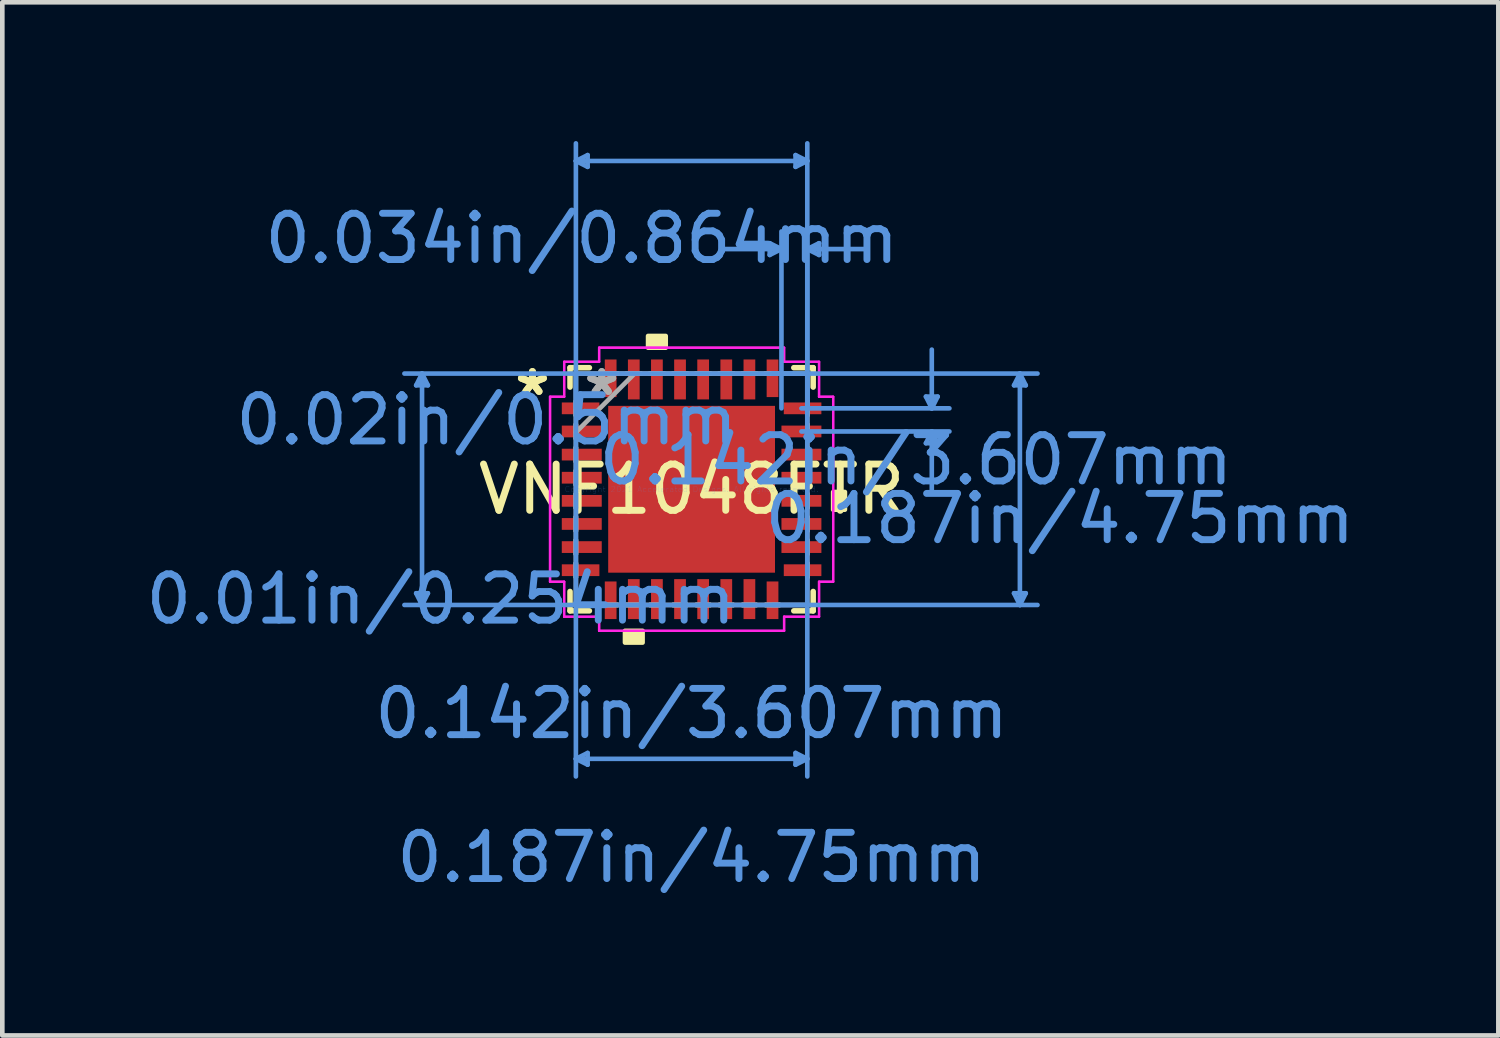
<source format=kicad_pcb>
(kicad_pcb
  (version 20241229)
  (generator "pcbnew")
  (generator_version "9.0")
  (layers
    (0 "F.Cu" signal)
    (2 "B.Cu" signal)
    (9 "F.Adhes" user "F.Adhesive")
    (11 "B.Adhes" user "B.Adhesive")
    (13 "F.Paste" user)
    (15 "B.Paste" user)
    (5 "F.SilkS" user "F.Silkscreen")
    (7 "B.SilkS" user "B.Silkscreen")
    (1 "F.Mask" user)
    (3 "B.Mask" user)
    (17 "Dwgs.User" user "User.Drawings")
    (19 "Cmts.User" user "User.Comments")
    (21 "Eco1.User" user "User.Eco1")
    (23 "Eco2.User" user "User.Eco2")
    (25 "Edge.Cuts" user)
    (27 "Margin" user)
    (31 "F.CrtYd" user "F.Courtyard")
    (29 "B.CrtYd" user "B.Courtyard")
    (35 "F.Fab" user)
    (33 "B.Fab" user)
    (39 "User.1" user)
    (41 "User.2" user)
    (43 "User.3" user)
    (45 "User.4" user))
  (footprint "VNF1048FTR"
    (layer "F.Cu")
    (at 11.905 7.53)
    (property "Reference" "VNF1048FTR" (at 0 0 0) (layer "F.SilkS") (effects (font (size 1 1) (thickness 0.15))))
    (attr through_hole)
    (fp_line (start -2.629 -2.629) (end -2.629 -2.21) (stroke (width 0.12) (type solid)) (layer "F.SilkS"))
    (fp_line (start -2.629 2.21) (end -2.629 2.629) (stroke (width 0.12) (type solid)) (layer "F.SilkS"))
    (fp_line (start -2.629 2.629) (end -2.21 2.629) (stroke (width 0.12) (type solid)) (layer "F.SilkS"))
    (fp_line (start -2.21 -2.629) (end -2.629 -2.629) (stroke (width 0.12) (type solid)) (layer "F.SilkS"))
    (fp_line (start 2.21 2.629) (end 2.629 2.629) (stroke (width 0.12) (type solid)) (layer "F.SilkS"))
    (fp_line (start 2.629 -2.629) (end 2.21 -2.629) (stroke (width 0.12) (type solid)) (layer "F.SilkS"))
    (fp_line (start 2.629 -2.21) (end 2.629 -2.629) (stroke (width 0.12) (type solid)) (layer "F.SilkS"))
    (fp_line (start 2.629 2.629) (end 2.629 2.21) (stroke (width 0.12) (type solid)) (layer "F.SilkS"))
    (fp_poly (pts (xy -1.44 3.061) (xy -1.44 3.315) (xy -1.06 3.315) (xy -1.06 3.061)) (stroke (width 0.1) (type solid)) (fill yes) (layer "F.SilkS"))
    (fp_poly (pts (xy -0.941 -3.061) (xy -0.941 -3.315) (xy -0.56 -3.315) (xy -0.56 -3.061)) (stroke (width 0.1) (type solid)) (fill yes) (layer "F.SilkS"))
    (fp_poly (pts (xy 3.315 0.059) (xy 3.315 0.441) (xy 3.061 0.441) (xy 3.061 0.059)) (stroke (width 0.1) (type solid)) (fill yes) (layer "F.SilkS"))
    (fp_poly (pts (xy -1.703 -1.703) (xy -1.703 -0.1) (xy -0.1 -0.1) (xy -0.1 -1.703)) (stroke (width 0.1) (type solid)) (fill yes) (layer "F.Paste"))
    (fp_poly (pts (xy -1.703 0.1) (xy -1.703 1.703) (xy -0.1 1.703) (xy -0.1 0.1)) (stroke (width 0.1) (type solid)) (fill yes) (layer "F.Paste"))
    (fp_poly (pts (xy 0.1 -1.703) (xy 0.1 -0.1) (xy 1.703 -0.1) (xy 1.703 -1.703)) (stroke (width 0.1) (type solid)) (fill yes) (layer "F.Paste"))
    (fp_poly (pts (xy 0.1 0.1) (xy 0.1 1.703) (xy 1.703 1.703) (xy 1.703 0.1)) (stroke (width 0.1) (type solid)) (fill yes) (layer "F.Paste"))
    (fp_line (start -5.956 -2.248) (end -5.702 -2.248) (stroke (width 0.1) (type solid)) (layer "Cmts.User"))
    (fp_line (start -5.956 2.248) (end -5.702 2.248) (stroke (width 0.1) (type solid)) (layer "Cmts.User"))
    (fp_line (start -5.829 -2.502) (end -5.956 -2.248) (stroke (width 0.1) (type solid)) (layer "Cmts.User"))
    (fp_line (start -5.829 -2.502) (end -5.829 2.502) (stroke (width 0.1) (type solid)) (layer "Cmts.User"))
    (fp_line (start -5.829 -2.502) (end -5.702 -2.248) (stroke (width 0.1) (type solid)) (layer "Cmts.User"))
    (fp_line (start -5.829 2.502) (end -5.956 2.248) (stroke (width 0.1) (type solid)) (layer "Cmts.User"))
    (fp_line (start -5.829 2.502) (end -5.702 2.248) (stroke (width 0.1) (type solid)) (layer "Cmts.User"))
    (fp_line (start -2.502 -7.099) (end -2.248 -7.226) (stroke (width 0.1) (type solid)) (layer "Cmts.User"))
    (fp_line (start -2.502 -7.099) (end -2.248 -6.972) (stroke (width 0.1) (type solid)) (layer "Cmts.User"))
    (fp_line (start -2.502 -7.099) (end 2.502 -7.099) (stroke (width 0.1) (type solid)) (layer "Cmts.User"))
    (fp_line (start -2.502 -2.502) (end -2.502 6.21) (stroke (width 0.1) (type solid)) (layer "Cmts.User"))
    (fp_line (start -2.502 -1.75) (end -2.502 -7.48) (stroke (width 0.1) (type solid)) (layer "Cmts.User"))
    (fp_line (start -2.502 5.829) (end -2.248 5.702) (stroke (width 0.1) (type solid)) (layer "Cmts.User"))
    (fp_line (start -2.502 5.829) (end -2.248 5.956) (stroke (width 0.1) (type solid)) (layer "Cmts.User"))
    (fp_line (start -2.502 5.829) (end 2.502 5.829) (stroke (width 0.1) (type solid)) (layer "Cmts.User"))
    (fp_line (start -2.248 -7.226) (end -2.248 -6.972) (stroke (width 0.1) (type solid)) (layer "Cmts.User"))
    (fp_line (start -2.248 5.702) (end -2.248 5.956) (stroke (width 0.1) (type solid)) (layer "Cmts.User"))
    (fp_line (start 1.689 -5.321) (end 1.689 -5.067) (stroke (width 0.1) (type solid)) (layer "Cmts.User"))
    (fp_line (start 1.75 -2.502) (end 7.48 -2.502) (stroke (width 0.1) (type solid)) (layer "Cmts.User"))
    (fp_line (start 1.75 2.502) (end 7.48 2.502) (stroke (width 0.1) (type solid)) (layer "Cmts.User"))
    (fp_line (start 1.943 -5.194) (end 0.673 -5.194) (stroke (width 0.1) (type solid)) (layer "Cmts.User"))
    (fp_line (start 1.943 -5.194) (end 1.689 -5.321) (stroke (width 0.1) (type solid)) (layer "Cmts.User"))
    (fp_line (start 1.943 -5.194) (end 1.689 -5.067) (stroke (width 0.1) (type solid)) (layer "Cmts.User"))
    (fp_line (start 1.943 -1.75) (end 1.943 -5.575) (stroke (width 0.1) (type solid)) (layer "Cmts.User"))
    (fp_line (start 2.248 -7.226) (end 2.248 -6.972) (stroke (width 0.1) (type solid)) (layer "Cmts.User"))
    (fp_line (start 2.248 5.702) (end 2.248 5.956) (stroke (width 0.1) (type solid)) (layer "Cmts.User"))
    (fp_line (start 2.375 -1.75) (end 5.575 -1.75) (stroke (width 0.1) (type solid)) (layer "Cmts.User"))
    (fp_line (start 2.375 -1.25) (end 5.575 -1.25) (stroke (width 0.1) (type solid)) (layer "Cmts.User"))
    (fp_line (start 2.502 -7.099) (end 2.248 -7.226) (stroke (width 0.1) (type solid)) (layer "Cmts.User"))
    (fp_line (start 2.502 -7.099) (end 2.248 -6.972) (stroke (width 0.1) (type solid)) (layer "Cmts.User"))
    (fp_line (start 2.502 -5.194) (end 2.756 -5.321) (stroke (width 0.1) (type solid)) (layer "Cmts.User"))
    (fp_line (start 2.502 -5.194) (end 2.756 -5.067) (stroke (width 0.1) (type solid)) (layer "Cmts.User"))
    (fp_line (start 2.502 -5.194) (end 3.772 -5.194) (stroke (width 0.1) (type solid)) (layer "Cmts.User"))
    (fp_line (start 2.502 -2.502) (end -6.21 -2.502) (stroke (width 0.1) (type solid)) (layer "Cmts.User"))
    (fp_line (start 2.502 -2.502) (end 2.502 6.21) (stroke (width 0.1) (type solid)) (layer "Cmts.User"))
    (fp_line (start 2.502 -1.75) (end 2.502 -7.48) (stroke (width 0.1) (type solid)) (layer "Cmts.User"))
    (fp_line (start 2.502 -1.75) (end 2.502 -5.575) (stroke (width 0.1) (type solid)) (layer "Cmts.User"))
    (fp_line (start 2.502 2.502) (end -6.21 2.502) (stroke (width 0.1) (type solid)) (layer "Cmts.User"))
    (fp_line (start 2.502 5.829) (end 2.248 5.702) (stroke (width 0.1) (type solid)) (layer "Cmts.User"))
    (fp_line (start 2.502 5.829) (end 2.248 5.956) (stroke (width 0.1) (type solid)) (layer "Cmts.User"))
    (fp_line (start 2.756 -5.321) (end 2.756 -5.067) (stroke (width 0.1) (type solid)) (layer "Cmts.User"))
    (fp_line (start 5.067 -2.004) (end 5.321 -2.004) (stroke (width 0.1) (type solid)) (layer "Cmts.User"))
    (fp_line (start 5.067 -0.996) (end 5.321 -0.996) (stroke (width 0.1) (type solid)) (layer "Cmts.User"))
    (fp_line (start 5.194 -1.75) (end 5.067 -2.004) (stroke (width 0.1) (type solid)) (layer "Cmts.User"))
    (fp_line (start 5.194 -1.75) (end 5.194 -3.02) (stroke (width 0.1) (type solid)) (layer "Cmts.User"))
    (fp_line (start 5.194 -1.75) (end 5.321 -2.004) (stroke (width 0.1) (type solid)) (layer "Cmts.User"))
    (fp_line (start 5.194 -1.25) (end 5.067 -0.996) (stroke (width 0.1) (type solid)) (layer "Cmts.User"))
    (fp_line (start 5.194 -1.25) (end 5.194 0.02) (stroke (width 0.1) (type solid)) (layer "Cmts.User"))
    (fp_line (start 5.194 -1.25) (end 5.321 -0.996) (stroke (width 0.1) (type solid)) (layer "Cmts.User"))
    (fp_line (start 6.972 -2.248) (end 7.226 -2.248) (stroke (width 0.1) (type solid)) (layer "Cmts.User"))
    (fp_line (start 6.972 2.248) (end 7.226 2.248) (stroke (width 0.1) (type solid)) (layer "Cmts.User"))
    (fp_line (start 7.099 -2.502) (end 6.972 -2.248) (stroke (width 0.1) (type solid)) (layer "Cmts.User"))
    (fp_line (start 7.099 -2.502) (end 7.099 2.502) (stroke (width 0.1) (type solid)) (layer "Cmts.User"))
    (fp_line (start 7.099 -2.502) (end 7.226 -2.248) (stroke (width 0.1) (type solid)) (layer "Cmts.User"))
    (fp_line (start 7.099 2.502) (end 6.972 2.248) (stroke (width 0.1) (type solid)) (layer "Cmts.User"))
    (fp_line (start 7.099 2.502) (end 7.226 2.248) (stroke (width 0.1) (type solid)) (layer "Cmts.User"))
    (fp_line (start -3.061 -2) (end -2.756 -2) (stroke (width 0.05) (type solid)) (layer "F.CrtYd"))
    (fp_line (start -3.061 -2) (end -2.756 -2) (stroke (width 0.05) (type solid)) (layer "F.CrtYd"))
    (fp_line (start -3.061 2) (end -3.061 -2) (stroke (width 0.05) (type solid)) (layer "F.CrtYd"))
    (fp_line (start -3.061 2) (end -3.061 -2) (stroke (width 0.05) (type solid)) (layer "F.CrtYd"))
    (fp_line (start -2.756 -2.756) (end -2 -2.756) (stroke (width 0.05) (type solid)) (layer "F.CrtYd"))
    (fp_line (start -2.756 -2.756) (end -2 -2.756) (stroke (width 0.05) (type solid)) (layer "F.CrtYd"))
    (fp_line (start -2.756 -2) (end -2.756 -2.756) (stroke (width 0.05) (type solid)) (layer "F.CrtYd"))
    (fp_line (start -2.756 -2) (end -2.756 -2.756) (stroke (width 0.05) (type solid)) (layer "F.CrtYd"))
    (fp_line (start -2.756 2) (end -3.061 2) (stroke (width 0.05) (type solid)) (layer "F.CrtYd"))
    (fp_line (start -2.756 2) (end -3.061 2) (stroke (width 0.05) (type solid)) (layer "F.CrtYd"))
    (fp_line (start -2.756 2.756) (end -2.756 2) (stroke (width 0.05) (type solid)) (layer "F.CrtYd"))
    (fp_line (start -2.756 2.756) (end -2.756 2) (stroke (width 0.05) (type solid)) (layer "F.CrtYd"))
    (fp_line (start -2 -3.061) (end 2 -3.061) (stroke (width 0.05) (type solid)) (layer "F.CrtYd"))
    (fp_line (start -2 -3.061) (end 2 -3.061) (stroke (width 0.05) (type solid)) (layer "F.CrtYd"))
    (fp_line (start -2 -2.756) (end -2 -3.061) (stroke (width 0.05) (type solid)) (layer "F.CrtYd"))
    (fp_line (start -2 -2.756) (end -2 -3.061) (stroke (width 0.05) (type solid)) (layer "F.CrtYd"))
    (fp_line (start -2 2.756) (end -2.756 2.756) (stroke (width 0.05) (type solid)) (layer "F.CrtYd"))
    (fp_line (start -2 2.756) (end -2.756 2.756) (stroke (width 0.05) (type solid)) (layer "F.CrtYd"))
    (fp_line (start -2 3.061) (end -2 2.756) (stroke (width 0.05) (type solid)) (layer "F.CrtYd"))
    (fp_line (start -2 3.061) (end -2 2.756) (stroke (width 0.05) (type solid)) (layer "F.CrtYd"))
    (fp_line (start 2 -3.061) (end 2 -2.756) (stroke (width 0.05) (type solid)) (layer "F.CrtYd"))
    (fp_line (start 2 -3.061) (end 2 -2.756) (stroke (width 0.05) (type solid)) (layer "F.CrtYd"))
    (fp_line (start 2 -2.756) (end 2.756 -2.756) (stroke (width 0.05) (type solid)) (layer "F.CrtYd"))
    (fp_line (start 2 -2.756) (end 2.756 -2.756) (stroke (width 0.05) (type solid)) (layer "F.CrtYd"))
    (fp_line (start 2 2.756) (end 2 3.061) (stroke (width 0.05) (type solid)) (layer "F.CrtYd"))
    (fp_line (start 2 2.756) (end 2 3.061) (stroke (width 0.05) (type solid)) (layer "F.CrtYd"))
    (fp_line (start 2 3.061) (end -2 3.061) (stroke (width 0.05) (type solid)) (layer "F.CrtYd"))
    (fp_line (start 2 3.061) (end -2 3.061) (stroke (width 0.05) (type solid)) (layer "F.CrtYd"))
    (fp_line (start 2.756 -2.756) (end 2.756 -2) (stroke (width 0.05) (type solid)) (layer "F.CrtYd"))
    (fp_line (start 2.756 -2.756) (end 2.756 -2) (stroke (width 0.05) (type solid)) (layer "F.CrtYd"))
    (fp_line (start 2.756 -2) (end 3.061 -2) (stroke (width 0.05) (type solid)) (layer "F.CrtYd"))
    (fp_line (start 2.756 -2) (end 3.061 -2) (stroke (width 0.05) (type solid)) (layer "F.CrtYd"))
    (fp_line (start 2.756 2) (end 2.756 2.756) (stroke (width 0.05) (type solid)) (layer "F.CrtYd"))
    (fp_line (start 2.756 2) (end 2.756 2.756) (stroke (width 0.05) (type solid)) (layer "F.CrtYd"))
    (fp_line (start 2.756 2.756) (end 2 2.756) (stroke (width 0.05) (type solid)) (layer "F.CrtYd"))
    (fp_line (start 2.756 2.756) (end 2 2.756) (stroke (width 0.05) (type solid)) (layer "F.CrtYd"))
    (fp_line (start 3.061 -2) (end 3.061 2) (stroke (width 0.05) (type solid)) (layer "F.CrtYd"))
    (fp_line (start 3.061 -2) (end 3.061 2) (stroke (width 0.05) (type solid)) (layer "F.CrtYd"))
    (fp_line (start 3.061 2) (end 2.756 2) (stroke (width 0.05) (type solid)) (layer "F.CrtYd"))
    (fp_line (start 3.061 2) (end 2.756 2) (stroke (width 0.05) (type solid)) (layer "F.CrtYd"))
    (fp_line (start -2.502 -2.502) (end -2.502 -2.502) (stroke (width 0.1) (type solid)) (layer "F.Fab"))
    (fp_line (start -2.502 -2.502) (end -2.502 2.502) (stroke (width 0.1) (type solid)) (layer "F.Fab"))
    (fp_line (start -2.502 -1.902) (end -2.502 -1.902) (stroke (width 0.1) (type solid)) (layer "F.Fab"))
    (fp_line (start -2.502 -1.902) (end -2.502 -1.598) (stroke (width 0.1) (type solid)) (layer "F.Fab"))
    (fp_line (start -2.502 -1.598) (end -2.502 -1.902) (stroke (width 0.1) (type solid)) (layer "F.Fab"))
    (fp_line (start -2.502 -1.598) (end -2.502 -1.598) (stroke (width 0.1) (type solid)) (layer "F.Fab"))
    (fp_line (start -2.502 -1.402) (end -2.502 -1.402) (stroke (width 0.1) (type solid)) (layer "F.Fab"))
    (fp_line (start -2.502 -1.402) (end -2.502 -1.098) (stroke (width 0.1) (type solid)) (layer "F.Fab"))
    (fp_line (start -2.502 -1.232) (end -1.232 -2.502) (stroke (width 0.1) (type solid)) (layer "F.Fab"))
    (fp_line (start -2.502 -1.098) (end -2.502 -1.402) (stroke (width 0.1) (type solid)) (layer "F.Fab"))
    (fp_line (start -2.502 -1.098) (end -2.502 -1.098) (stroke (width 0.1) (type solid)) (layer "F.Fab"))
    (fp_line (start -2.502 -0.902) (end -2.502 -0.902) (stroke (width 0.1) (type solid)) (layer "F.Fab"))
    (fp_line (start -2.502 -0.902) (end -2.502 -0.598) (stroke (width 0.1) (type solid)) (layer "F.Fab"))
    (fp_line (start -2.502 -0.598) (end -2.502 -0.902) (stroke (width 0.1) (type solid)) (layer "F.Fab"))
    (fp_line (start -2.502 -0.598) (end -2.502 -0.598) (stroke (width 0.1) (type solid)) (layer "F.Fab"))
    (fp_line (start -2.502 -0.402) (end -2.502 -0.402) (stroke (width 0.1) (type solid)) (layer "F.Fab"))
    (fp_line (start -2.502 -0.402) (end -2.502 -0.098) (stroke (width 0.1) (type solid)) (layer "F.Fab"))
    (fp_line (start -2.502 -0.098) (end -2.502 -0.402) (stroke (width 0.1) (type solid)) (layer "F.Fab"))
    (fp_line (start -2.502 -0.098) (end -2.502 -0.098) (stroke (width 0.1) (type solid)) (layer "F.Fab"))
    (fp_line (start -2.502 0.098) (end -2.502 0.098) (stroke (width 0.1) (type solid)) (layer "F.Fab"))
    (fp_line (start -2.502 0.098) (end -2.502 0.402) (stroke (width 0.1) (type solid)) (layer "F.Fab"))
    (fp_line (start -2.502 0.402) (end -2.502 0.098) (stroke (width 0.1) (type solid)) (layer "F.Fab"))
    (fp_line (start -2.502 0.402) (end -2.502 0.402) (stroke (width 0.1) (type solid)) (layer "F.Fab"))
    (fp_line (start -2.502 0.598) (end -2.502 0.598) (stroke (width 0.1) (type solid)) (layer "F.Fab"))
    (fp_line (start -2.502 0.598) (end -2.502 0.902) (stroke (width 0.1) (type solid)) (layer "F.Fab"))
    (fp_line (start -2.502 0.902) (end -2.502 0.598) (stroke (width 0.1) (type solid)) (layer "F.Fab"))
    (fp_line (start -2.502 0.902) (end -2.502 0.902) (stroke (width 0.1) (type solid)) (layer "F.Fab"))
    (fp_line (start -2.502 1.098) (end -2.502 1.098) (stroke (width 0.1) (type solid)) (layer "F.Fab"))
    (fp_line (start -2.502 1.098) (end -2.502 1.402) (stroke (width 0.1) (type solid)) (layer "F.Fab"))
    (fp_line (start -2.502 1.402) (end -2.502 1.098) (stroke (width 0.1) (type solid)) (layer "F.Fab"))
    (fp_line (start -2.502 1.402) (end -2.502 1.402) (stroke (width 0.1) (type solid)) (layer "F.Fab"))
    (fp_line (start -2.502 1.598) (end -2.502 1.598) (stroke (width 0.1) (type solid)) (layer "F.Fab"))
    (fp_line (start -2.502 1.598) (end -2.502 1.902) (stroke (width 0.1) (type solid)) (layer "F.Fab"))
    (fp_line (start -2.502 1.902) (end -2.502 1.598) (stroke (width 0.1) (type solid)) (layer "F.Fab"))
    (fp_line (start -2.502 1.902) (end -2.502 1.902) (stroke (width 0.1) (type solid)) (layer "F.Fab"))
    (fp_line (start -2.502 2.502) (end -2.502 2.502) (stroke (width 0.1) (type solid)) (layer "F.Fab"))
    (fp_line (start -2.502 2.502) (end 2.502 2.502) (stroke (width 0.1) (type solid)) (layer "F.Fab"))
    (fp_line (start -1.902 -2.502) (end -1.902 -2.502) (stroke (width 0.1) (type solid)) (layer "F.Fab"))
    (fp_line (start -1.902 -2.502) (end -1.598 -2.502) (stroke (width 0.1) (type solid)) (layer "F.Fab"))
    (fp_line (start -1.902 2.502) (end -1.902 2.502) (stroke (width 0.1) (type solid)) (layer "F.Fab"))
    (fp_line (start -1.902 2.502) (end -1.598 2.502) (stroke (width 0.1) (type solid)) (layer "F.Fab"))
    (fp_line (start -1.598 -2.502) (end -1.902 -2.502) (stroke (width 0.1) (type solid)) (layer "F.Fab"))
    (fp_line (start -1.598 -2.502) (end -1.598 -2.502) (stroke (width 0.1) (type solid)) (layer "F.Fab"))
    (fp_line (start -1.598 2.502) (end -1.902 2.502) (stroke (width 0.1) (type solid)) (layer "F.Fab"))
    (fp_line (start -1.598 2.502) (end -1.598 2.502) (stroke (width 0.1) (type solid)) (layer "F.Fab"))
    (fp_line (start -1.402 -2.502) (end -1.402 -2.502) (stroke (width 0.1) (type solid)) (layer "F.Fab"))
    (fp_line (start -1.402 -2.502) (end -1.098 -2.502) (stroke (width 0.1) (type solid)) (layer "F.Fab"))
    (fp_line (start -1.402 2.502) (end -1.402 2.502) (stroke (width 0.1) (type solid)) (layer "F.Fab"))
    (fp_line (start -1.402 2.502) (end -1.098 2.502) (stroke (width 0.1) (type solid)) (layer "F.Fab"))
    (fp_line (start -1.098 -2.502) (end -1.402 -2.502) (stroke (width 0.1) (type solid)) (layer "F.Fab"))
    (fp_line (start -1.098 -2.502) (end -1.098 -2.502) (stroke (width 0.1) (type solid)) (layer "F.Fab"))
    (fp_line (start -1.098 2.502) (end -1.402 2.502) (stroke (width 0.1) (type solid)) (layer "F.Fab"))
    (fp_line (start -1.098 2.502) (end -1.098 2.502) (stroke (width 0.1) (type solid)) (layer "F.Fab"))
    (fp_line (start -0.902 -2.502) (end -0.902 -2.502) (stroke (width 0.1) (type solid)) (layer "F.Fab"))
    (fp_line (start -0.902 -2.502) (end -0.598 -2.502) (stroke (width 0.1) (type solid)) (layer "F.Fab"))
    (fp_line (start -0.902 2.502) (end -0.902 2.502) (stroke (width 0.1) (type solid)) (layer "F.Fab"))
    (fp_line (start -0.902 2.502) (end -0.598 2.502) (stroke (width 0.1) (type solid)) (layer "F.Fab"))
    (fp_line (start -0.598 -2.502) (end -0.902 -2.502) (stroke (width 0.1) (type solid)) (layer "F.Fab"))
    (fp_line (start -0.598 -2.502) (end -0.598 -2.502) (stroke (width 0.1) (type solid)) (layer "F.Fab"))
    (fp_line (start -0.598 2.502) (end -0.902 2.502) (stroke (width 0.1) (type solid)) (layer "F.Fab"))
    (fp_line (start -0.598 2.502) (end -0.598 2.502) (stroke (width 0.1) (type solid)) (layer "F.Fab"))
    (fp_line (start -0.402 -2.502) (end -0.402 -2.502) (stroke (width 0.1) (type solid)) (layer "F.Fab"))
    (fp_line (start -0.402 -2.502) (end -0.098 -2.502) (stroke (width 0.1) (type solid)) (layer "F.Fab"))
    (fp_line (start -0.402 2.502) (end -0.402 2.502) (stroke (width 0.1) (type solid)) (layer "F.Fab"))
    (fp_line (start -0.402 2.502) (end -0.098 2.502) (stroke (width 0.1) (type solid)) (layer "F.Fab"))
    (fp_line (start -0.098 -2.502) (end -0.402 -2.502) (stroke (width 0.1) (type solid)) (layer "F.Fab"))
    (fp_line (start -0.098 -2.502) (end -0.098 -2.502) (stroke (width 0.1) (type solid)) (layer "F.Fab"))
    (fp_line (start -0.098 2.502) (end -0.402 2.502) (stroke (width 0.1) (type solid)) (layer "F.Fab"))
    (fp_line (start -0.098 2.502) (end -0.098 2.502) (stroke (width 0.1) (type solid)) (layer "F.Fab"))
    (fp_line (start 0.098 -2.502) (end 0.098 -2.502) (stroke (width 0.1) (type solid)) (layer "F.Fab"))
    (fp_line (start 0.098 -2.502) (end 0.402 -2.502) (stroke (width 0.1) (type solid)) (layer "F.Fab"))
    (fp_line (start 0.098 2.502) (end 0.098 2.502) (stroke (width 0.1) (type solid)) (layer "F.Fab"))
    (fp_line (start 0.098 2.502) (end 0.402 2.502) (stroke (width 0.1) (type solid)) (layer "F.Fab"))
    (fp_line (start 0.402 -2.502) (end 0.098 -2.502) (stroke (width 0.1) (type solid)) (layer "F.Fab"))
    (fp_line (start 0.402 -2.502) (end 0.402 -2.502) (stroke (width 0.1) (type solid)) (layer "F.Fab"))
    (fp_line (start 0.402 2.502) (end 0.098 2.502) (stroke (width 0.1) (type solid)) (layer "F.Fab"))
    (fp_line (start 0.402 2.502) (end 0.402 2.502) (stroke (width 0.1) (type solid)) (layer "F.Fab"))
    (fp_line (start 0.598 -2.502) (end 0.598 -2.502) (stroke (width 0.1) (type solid)) (layer "F.Fab"))
    (fp_line (start 0.598 -2.502) (end 0.902 -2.502) (stroke (width 0.1) (type solid)) (layer "F.Fab"))
    (fp_line (start 0.598 2.502) (end 0.598 2.502) (stroke (width 0.1) (type solid)) (layer "F.Fab"))
    (fp_line (start 0.598 2.502) (end 0.902 2.502) (stroke (width 0.1) (type solid)) (layer "F.Fab"))
    (fp_line (start 0.902 -2.502) (end 0.598 -2.502) (stroke (width 0.1) (type solid)) (layer "F.Fab"))
    (fp_line (start 0.902 -2.502) (end 0.902 -2.502) (stroke (width 0.1) (type solid)) (layer "F.Fab"))
    (fp_line (start 0.902 2.502) (end 0.598 2.502) (stroke (width 0.1) (type solid)) (layer "F.Fab"))
    (fp_line (start 0.902 2.502) (end 0.902 2.502) (stroke (width 0.1) (type solid)) (layer "F.Fab"))
    (fp_line (start 1.098 -2.502) (end 1.098 -2.502) (stroke (width 0.1) (type solid)) (layer "F.Fab"))
    (fp_line (start 1.098 -2.502) (end 1.402 -2.502) (stroke (width 0.1) (type solid)) (layer "F.Fab"))
    (fp_line (start 1.098 2.502) (end 1.098 2.502) (stroke (width 0.1) (type solid)) (layer "F.Fab"))
    (fp_line (start 1.098 2.502) (end 1.402 2.502) (stroke (width 0.1) (type solid)) (layer "F.Fab"))
    (fp_line (start 1.402 -2.502) (end 1.098 -2.502) (stroke (width 0.1) (type solid)) (layer "F.Fab"))
    (fp_line (start 1.402 -2.502) (end 1.402 -2.502) (stroke (width 0.1) (type solid)) (layer "F.Fab"))
    (fp_line (start 1.402 2.502) (end 1.098 2.502) (stroke (width 0.1) (type solid)) (layer "F.Fab"))
    (fp_line (start 1.402 2.502) (end 1.402 2.502) (stroke (width 0.1) (type solid)) (layer "F.Fab"))
    (fp_line (start 1.598 -2.502) (end 1.598 -2.502) (stroke (width 0.1) (type solid)) (layer "F.Fab"))
    (fp_line (start 1.598 -2.502) (end 1.902 -2.502) (stroke (width 0.1) (type solid)) (layer "F.Fab"))
    (fp_line (start 1.598 2.502) (end 1.598 2.502) (stroke (width 0.1) (type solid)) (layer "F.Fab"))
    (fp_line (start 1.598 2.502) (end 1.902 2.502) (stroke (width 0.1) (type solid)) (layer "F.Fab"))
    (fp_line (start 1.902 -2.502) (end 1.598 -2.502) (stroke (width 0.1) (type solid)) (layer "F.Fab"))
    (fp_line (start 1.902 -2.502) (end 1.902 -2.502) (stroke (width 0.1) (type solid)) (layer "F.Fab"))
    (fp_line (start 1.902 2.502) (end 1.598 2.502) (stroke (width 0.1) (type solid)) (layer "F.Fab"))
    (fp_line (start 1.902 2.502) (end 1.902 2.502) (stroke (width 0.1) (type solid)) (layer "F.Fab"))
    (fp_line (start 2.502 -2.502) (end -2.502 -2.502) (stroke (width 0.1) (type solid)) (layer "F.Fab"))
    (fp_line (start 2.502 -2.502) (end 2.502 -2.502) (stroke (width 0.1) (type solid)) (layer "F.Fab"))
    (fp_line (start 2.502 -1.902) (end 2.502 -1.902) (stroke (width 0.1) (type solid)) (layer "F.Fab"))
    (fp_line (start 2.502 -1.902) (end 2.502 -1.598) (stroke (width 0.1) (type solid)) (layer "F.Fab"))
    (fp_line (start 2.502 -1.598) (end 2.502 -1.902) (stroke (width 0.1) (type solid)) (layer "F.Fab"))
    (fp_line (start 2.502 -1.598) (end 2.502 -1.598) (stroke (width 0.1) (type solid)) (layer "F.Fab"))
    (fp_line (start 2.502 -1.402) (end 2.502 -1.402) (stroke (width 0.1) (type solid)) (layer "F.Fab"))
    (fp_line (start 2.502 -1.402) (end 2.502 -1.098) (stroke (width 0.1) (type solid)) (layer "F.Fab"))
    (fp_line (start 2.502 -1.098) (end 2.502 -1.402) (stroke (width 0.1) (type solid)) (layer "F.Fab"))
    (fp_line (start 2.502 -1.098) (end 2.502 -1.098) (stroke (width 0.1) (type solid)) (layer "F.Fab"))
    (fp_line (start 2.502 -0.902) (end 2.502 -0.902) (stroke (width 0.1) (type solid)) (layer "F.Fab"))
    (fp_line (start 2.502 -0.902) (end 2.502 -0.598) (stroke (width 0.1) (type solid)) (layer "F.Fab"))
    (fp_line (start 2.502 -0.598) (end 2.502 -0.902) (stroke (width 0.1) (type solid)) (layer "F.Fab"))
    (fp_line (start 2.502 -0.598) (end 2.502 -0.598) (stroke (width 0.1) (type solid)) (layer "F.Fab"))
    (fp_line (start 2.502 -0.402) (end 2.502 -0.402) (stroke (width 0.1) (type solid)) (layer "F.Fab"))
    (fp_line (start 2.502 -0.402) (end 2.502 -0.098) (stroke (width 0.1) (type solid)) (layer "F.Fab"))
    (fp_line (start 2.502 -0.098) (end 2.502 -0.402) (stroke (width 0.1) (type solid)) (layer "F.Fab"))
    (fp_line (start 2.502 -0.098) (end 2.502 -0.098) (stroke (width 0.1) (type solid)) (layer "F.Fab"))
    (fp_line (start 2.502 0.098) (end 2.502 0.098) (stroke (width 0.1) (type solid)) (layer "F.Fab"))
    (fp_line (start 2.502 0.098) (end 2.502 0.402) (stroke (width 0.1) (type solid)) (layer "F.Fab"))
    (fp_line (start 2.502 0.402) (end 2.502 0.098) (stroke (width 0.1) (type solid)) (layer "F.Fab"))
    (fp_line (start 2.502 0.402) (end 2.502 0.402) (stroke (width 0.1) (type solid)) (layer "F.Fab"))
    (fp_line (start 2.502 0.598) (end 2.502 0.598) (stroke (width 0.1) (type solid)) (layer "F.Fab"))
    (fp_line (start 2.502 0.598) (end 2.502 0.902) (stroke (width 0.1) (type solid)) (layer "F.Fab"))
    (fp_line (start 2.502 0.902) (end 2.502 0.598) (stroke (width 0.1) (type solid)) (layer "F.Fab"))
    (fp_line (start 2.502 0.902) (end 2.502 0.902) (stroke (width 0.1) (type solid)) (layer "F.Fab"))
    (fp_line (start 2.502 1.098) (end 2.502 1.098) (stroke (width 0.1) (type solid)) (layer "F.Fab"))
    (fp_line (start 2.502 1.098) (end 2.502 1.402) (stroke (width 0.1) (type solid)) (layer "F.Fab"))
    (fp_line (start 2.502 1.402) (end 2.502 1.098) (stroke (width 0.1) (type solid)) (layer "F.Fab"))
    (fp_line (start 2.502 1.402) (end 2.502 1.402) (stroke (width 0.1) (type solid)) (layer "F.Fab"))
    (fp_line (start 2.502 1.598) (end 2.502 1.598) (stroke (width 0.1) (type solid)) (layer "F.Fab"))
    (fp_line (start 2.502 1.598) (end 2.502 1.902) (stroke (width 0.1) (type solid)) (layer "F.Fab"))
    (fp_line (start 2.502 1.902) (end 2.502 1.598) (stroke (width 0.1) (type solid)) (layer "F.Fab"))
    (fp_line (start 2.502 1.902) (end 2.502 1.902) (stroke (width 0.1) (type solid)) (layer "F.Fab"))
    (fp_line (start 2.502 2.502) (end 2.502 -2.502) (stroke (width 0.1) (type solid)) (layer "F.Fab"))
    (fp_line (start 2.502 2.502) (end 2.502 2.502) (stroke (width 0.1) (type solid)) (layer "F.Fab"))
    (fp_text user "*" (at -3.442 -2 0) (layer "F.SilkS") (effects (font (size 1 1) (thickness 0.15))))
    (fp_text user "*" (at -3.442 -2 0) (layer "F.SilkS") (effects (font (size 1 1) (thickness 0.15))))
    (fp_text user "0.142in/3.607mm" (at 0 4.851 0) (layer "Cmts.User") (effects (font (size 1 1) (thickness 0.15))))
    (fp_text user "Copyright 2021 Accelerated Designs. All rights reserved." (at 0 0 0) (layer "Cmts.User") (effects (font (size 0.127 0.127) (thickness 0.002))))
    (fp_text user "0.187in/4.75mm" (at 7.963 0.635 0) (layer "Cmts.User") (effects (font (size 1 1) (thickness 0.15))))
    (fp_text user "0.01in/0.254mm" (at -5.423 2.375 0) (layer "Cmts.User") (effects (font (size 1 1) (thickness 0.15))))
    (fp_text user "0.142in/3.607mm" (at 4.851 -0.635 0) (layer "Cmts.User") (effects (font (size 1 1) (thickness 0.15))))
    (fp_text user "0.187in/4.75mm" (at 0 7.963 0) (layer "Cmts.User") (effects (font (size 1 1) (thickness 0.15))))
    (fp_text user "0.034in/0.864mm" (at -2.375 -5.423 0) (layer "Cmts.User") (effects (font (size 1 1) (thickness 0.15))))
    (fp_text user "0.02in/0.5mm" (at -4.432 -1.5 0) (layer "Cmts.User") (effects (font (size 1 1) (thickness 0.15))))
    (fp_text user "*" (at -1.943 -2 0) (layer "F.Fab") (effects (font (size 1 1) (thickness 0.15))))
    (fp_text user "*" (at -1.943 -2 0) (layer "F.Fab") (effects (font (size 1 1) (thickness 0.15))))
    (pad "1" smd rect (at -2.4 -1.75 90) (size 0.254 0.813) (layers "F.Cu" "F.Mask" "F.Paste"))
    (pad "2" smd rect (at -2.375 -1.25 90) (size 0.254 0.864) (layers "F.Cu" "F.Mask" "F.Paste"))
    (pad "3" smd rect (at -2.375 -0.75 90) (size 0.254 0.864) (layers "F.Cu" "F.Mask" "F.Paste"))
    (pad "4" smd rect (at -2.375 -0.25 90) (size 0.254 0.864) (layers "F.Cu" "F.Mask" "F.Paste"))
    (pad "5" smd rect (at -2.375 0.25 90) (size 0.254 0.864) (layers "F.Cu" "F.Mask" "F.Paste"))
    (pad "6" smd rect (at -2.375 0.75 90) (size 0.254 0.864) (layers "F.Cu" "F.Mask" "F.Paste"))
    (pad "7" smd rect (at -2.375 1.25 90) (size 0.254 0.864) (layers "F.Cu" "F.Mask" "F.Paste"))
    (pad "8" smd rect (at -2.4 1.75 90) (size 0.254 0.813) (layers "F.Cu" "F.Mask" "F.Paste"))
    (pad "9" smd rect (at -1.75 2.4) (size 0.254 0.813) (layers "F.Cu" "F.Mask" "F.Paste"))
    (pad "10" smd rect (at -1.25 2.375) (size 0.254 0.864) (layers "F.Cu" "F.Mask" "F.Paste"))
    (pad "11" smd rect (at -0.75 2.375) (size 0.254 0.864) (layers "F.Cu" "F.Mask" "F.Paste"))
    (pad "12" smd rect (at -0.25 2.375) (size 0.254 0.864) (layers "F.Cu" "F.Mask" "F.Paste"))
    (pad "13" smd rect (at 0.25 2.375) (size 0.254 0.864) (layers "F.Cu" "F.Mask" "F.Paste"))
    (pad "14" smd rect (at 0.75 2.375) (size 0.254 0.864) (layers "F.Cu" "F.Mask" "F.Paste"))
    (pad "15" smd rect (at 1.25 2.375) (size 0.254 0.864) (layers "F.Cu" "F.Mask" "F.Paste"))
    (pad "16" smd rect (at 1.75 2.4) (size 0.254 0.813) (layers "F.Cu" "F.Mask" "F.Paste"))
    (pad "17" smd rect (at 2.4 1.75 90) (size 0.254 0.813) (layers "F.Cu" "F.Mask" "F.Paste"))
    (pad "18" smd rect (at 2.375 1.25 90) (size 0.254 0.864) (layers "F.Cu" "F.Mask" "F.Paste"))
    (pad "19" smd rect (at 2.375 0.75 90) (size 0.254 0.864) (layers "F.Cu" "F.Mask" "F.Paste"))
    (pad "20" smd rect (at 2.375 0.25 90) (size 0.254 0.864) (layers "F.Cu" "F.Mask" "F.Paste"))
    (pad "21" smd rect (at 2.375 -0.25 90) (size 0.254 0.864) (layers "F.Cu" "F.Mask" "F.Paste"))
    (pad "22" smd rect (at 2.375 -0.75 90) (size 0.254 0.864) (layers "F.Cu" "F.Mask" "F.Paste"))
    (pad "23" smd rect (at 2.375 -1.25 90) (size 0.254 0.864) (layers "F.Cu" "F.Mask" "F.Paste"))
    (pad "24" smd rect (at 2.4 -1.75 90) (size 0.254 0.813) (layers "F.Cu" "F.Mask" "F.Paste"))
    (pad "25" smd rect (at 1.75 -2.4) (size 0.254 0.813) (layers "F.Cu" "F.Mask" "F.Paste"))
    (pad "26" smd rect (at 1.25 -2.375) (size 0.254 0.864) (layers "F.Cu" "F.Mask" "F.Paste"))
    (pad "27" smd rect (at 0.75 -2.375) (size 0.254 0.864) (layers "F.Cu" "F.Mask" "F.Paste"))
    (pad "28" smd rect (at 0.25 -2.375) (size 0.254 0.864) (layers "F.Cu" "F.Mask" "F.Paste"))
    (pad "29" smd rect (at -0.25 -2.375) (size 0.254 0.864) (layers "F.Cu" "F.Mask" "F.Paste"))
    (pad "30" smd rect (at -0.75 -2.375) (size 0.254 0.864) (layers "F.Cu" "F.Mask" "F.Paste"))
    (pad "31" smd rect (at -1.25 -2.375) (size 0.254 0.864) (layers "F.Cu" "F.Mask" "F.Paste"))
    (pad "32" smd rect (at -1.75 -2.4) (size 0.254 0.813) (layers "F.Cu" "F.Mask" "F.Paste"))
    (pad "33" smd rect (at 0 0) (size 3.607 3.607) (layers "F.Cu" "F.Mask")))
  (gr_rect
    (start -3 -3)
    (end 29.35 19.341)
    (stroke (width 0.1) (type default))
    (fill no)
    (layer "Edge.Cuts")))
</source>
